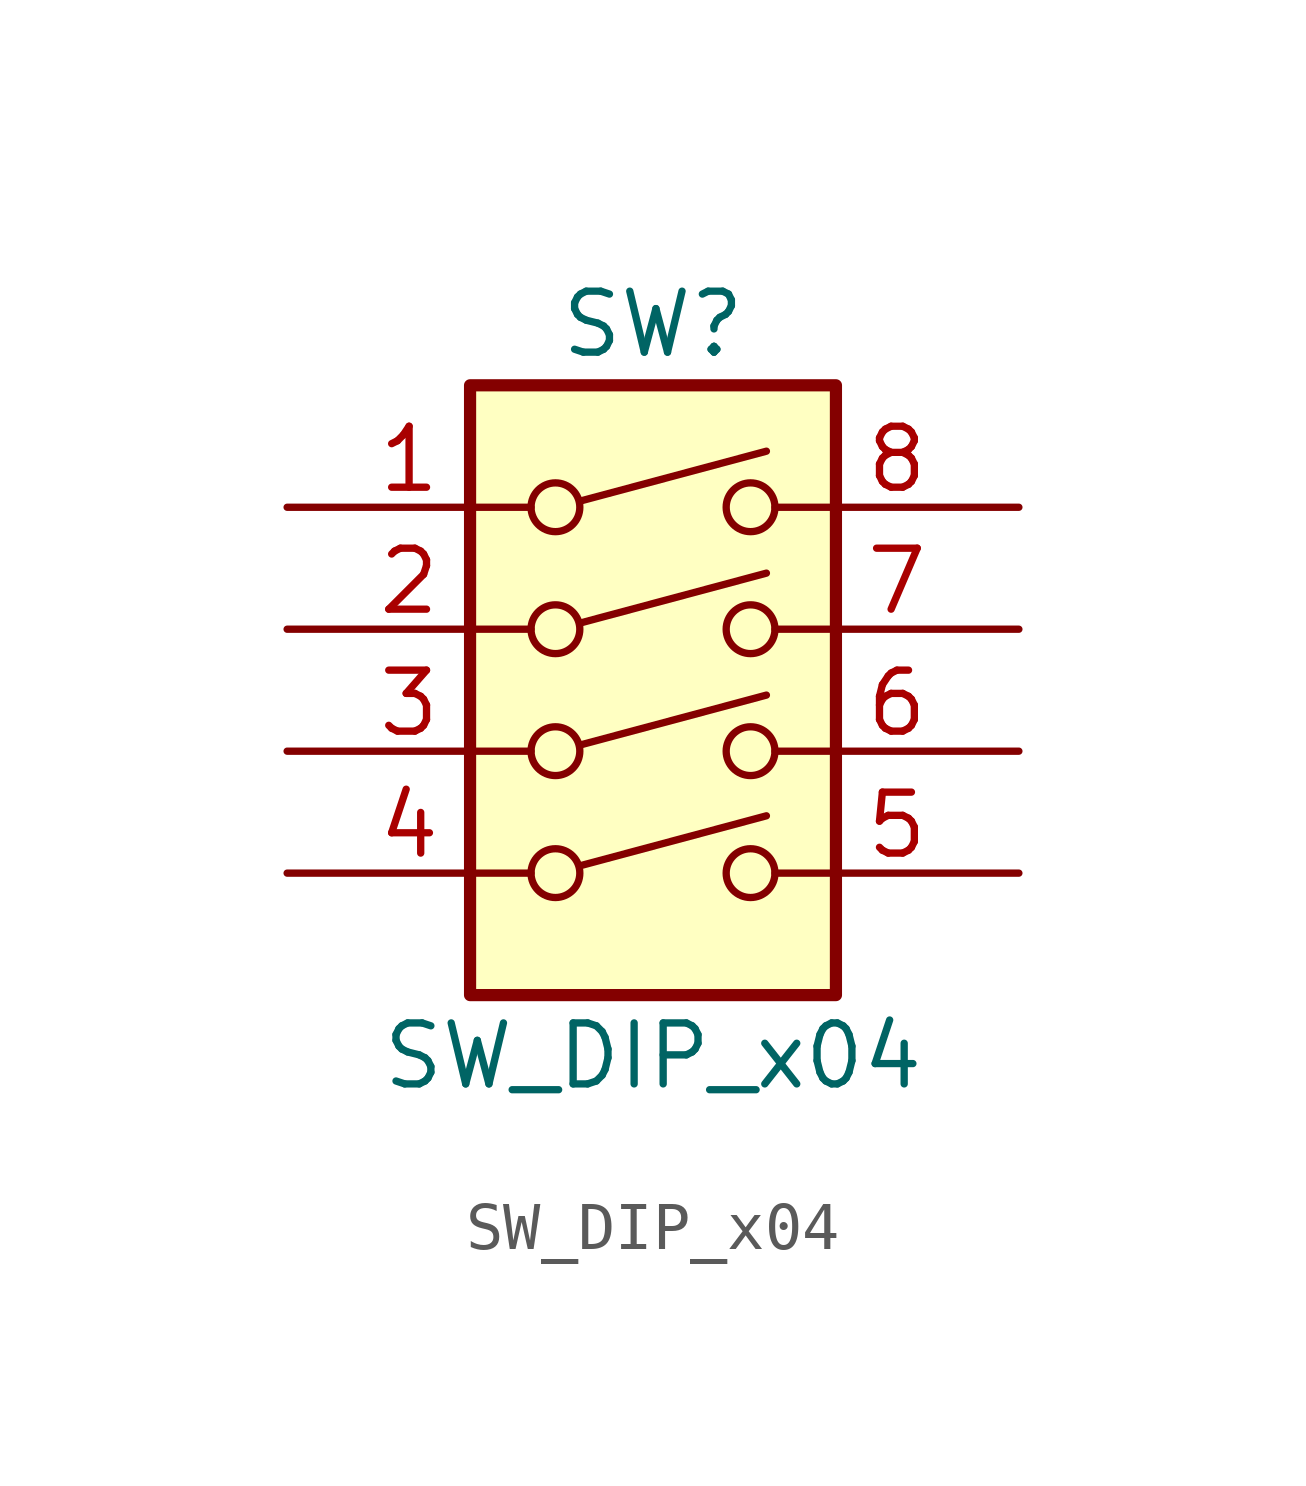
<source format=kicad_sym>
(kicad_symbol_lib
  (version 20231120)
  (generator "kicad_symbol_editor")
  (generator_version "8.0")
  (symbol "SW_DIP_x04"
    (pin_names
      (offset 0) hide)
    (property "Reference" "SW"
      (at 0 8.89 0)
      (effects (font (size 1.27 1.27))))
    (property "Value" "SW_DIP_x04"
      (at 0 -6.35 0)
      (effects (font (size 1.27 1.27))))
    (symbol "SW_DIP_x04_0_0"
      (circle (center -2.032 -2.54) (radius 0.508) (stroke (width 0) (type solid)) (fill (type none)))
      (circle (center -2.032 0) (radius 0.508) (stroke (width 0) (type solid)) (fill (type none)))
      (circle (center -2.032 2.54) (radius 0.508) (stroke (width 0) (type solid)) (fill (type none)))
      (circle (center -2.032 5.08) (radius 0.508) (stroke (width 0) (type solid)) (fill (type none)))
      (polyline (pts (xy -1.524 -2.388) (xy 2.362 -1.346)) (stroke (width 0) (type solid)) (fill (type none)))
      (polyline (pts (xy -1.524 0.127) (xy 2.362 1.168)) (stroke (width 0) (type solid)) (fill (type none)))
      (polyline (pts (xy -1.524 2.667) (xy 2.362 3.708)) (stroke (width 0) (type solid)) (fill (type none)))
      (polyline (pts (xy -1.524 5.207) (xy 2.362 6.248)) (stroke (width 0) (type solid)) (fill (type none)))
      (circle (center 2.032 -2.54) (radius 0.508) (stroke (width 0) (type solid)) (fill (type none)))
      (circle (center 2.032 0) (radius 0.508) (stroke (width 0) (type solid)) (fill (type none)))
      (circle (center 2.032 2.54) (radius 0.508) (stroke (width 0) (type solid)) (fill (type none)))
      (circle (center 2.032 5.08) (radius 0.508) (stroke (width 0) (type solid)) (fill (type none))))
    (symbol "SW_DIP_x04_0_1"
      (rectangle (start -3.81 7.62) (end 3.81 -5.08) (stroke (width 0.254) (type solid)) (fill (type background))))
    (symbol "SW_DIP_x04_1_1"
      (pin passive line (at -7.62 5.08 0) (length 5.08) (name "~" (effects (font (size 1.27 1.27)))) (number "1" (effects (font (size 1.27 1.27)))))
      (pin passive line (at -7.62 2.54 0) (length 5.08) (name "~" (effects (font (size 1.27 1.27)))) (number "2" (effects (font (size 1.27 1.27)))))
      (pin passive line (at -7.62 0 0) (length 5.08) (name "~" (effects (font (size 1.27 1.27)))) (number "3" (effects (font (size 1.27 1.27)))))
      (pin passive line (at -7.62 -2.54 0) (length 5.08) (name "~" (effects (font (size 1.27 1.27)))) (number "4" (effects (font (size 1.27 1.27)))))
      (pin passive line (at 7.62 -2.54 180) (length 5.08) (name "~" (effects (font (size 1.27 1.27)))) (number "5" (effects (font (size 1.27 1.27)))))
      (pin passive line (at 7.62 0 180) (length 5.08) (name "~" (effects (font (size 1.27 1.27)))) (number "6" (effects (font (size 1.27 1.27)))))
      (pin passive line (at 7.62 2.54 180) (length 5.08) (name "~" (effects (font (size 1.27 1.27)))) (number "7" (effects (font (size 1.27 1.27)))))
      (pin passive line (at 7.62 5.08 180) (length 5.08) (name "~" (effects (font (size 1.27 1.27)))) (number "8" (effects (font (size 1.27 1.27))))))))
</source>
